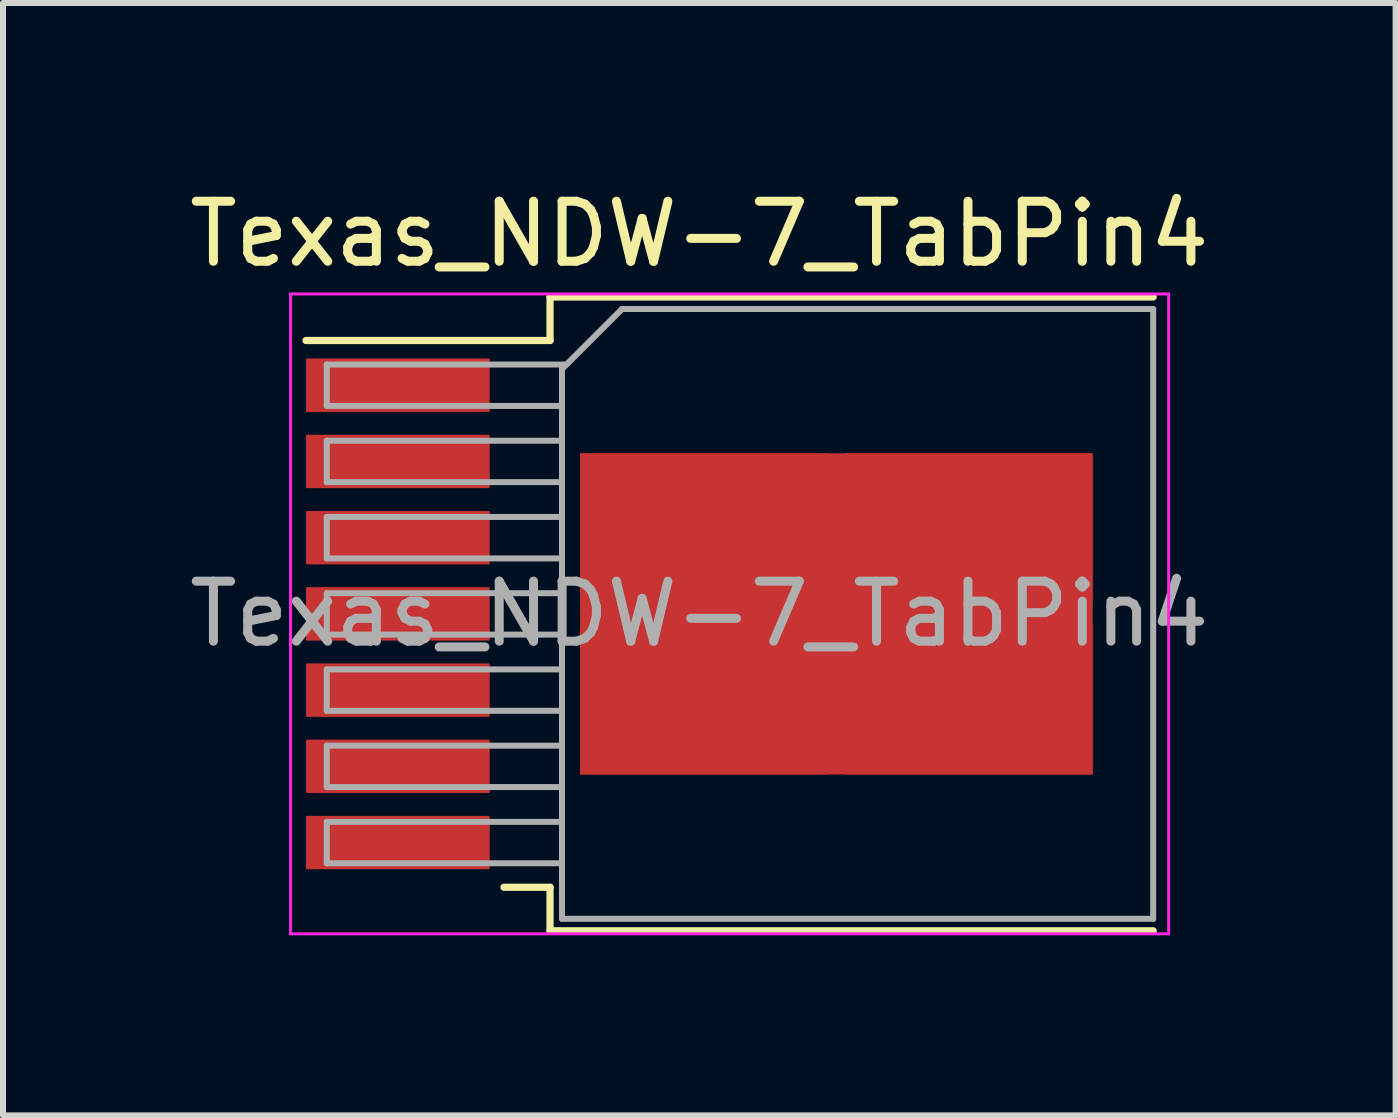
<source format=kicad_pcb>
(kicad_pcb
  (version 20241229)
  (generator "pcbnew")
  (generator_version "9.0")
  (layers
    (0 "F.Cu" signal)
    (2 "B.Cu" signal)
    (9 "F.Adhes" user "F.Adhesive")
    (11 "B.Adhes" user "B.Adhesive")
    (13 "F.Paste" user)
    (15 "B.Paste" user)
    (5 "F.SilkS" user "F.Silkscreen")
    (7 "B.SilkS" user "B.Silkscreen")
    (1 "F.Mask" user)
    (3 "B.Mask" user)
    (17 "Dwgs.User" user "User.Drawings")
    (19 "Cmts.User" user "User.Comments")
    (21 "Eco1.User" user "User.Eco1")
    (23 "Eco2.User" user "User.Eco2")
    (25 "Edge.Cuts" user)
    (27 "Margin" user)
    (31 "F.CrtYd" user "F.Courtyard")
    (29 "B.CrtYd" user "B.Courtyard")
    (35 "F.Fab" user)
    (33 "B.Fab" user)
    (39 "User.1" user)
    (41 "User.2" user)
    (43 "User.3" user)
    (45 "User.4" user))
  (footprint "Texas_NDW-7_TabPin4"
    (layer "F.Cu")
    (at 8.601 7.178)
    (property "Reference" "Texas_NDW-7_TabPin4" (at 0 -6.33 0) (layer "F.SilkS") (effects (font (size 1 1) (thickness 0.15))))
    (attr smd)
    (fp_line (start -2.487 -5.28) (end -2.487 -4.555) (stroke (width 0.12) (type solid)) (layer "F.SilkS"))
    (fp_line (start -2.487 -4.555) (end -6.553 -4.555) (stroke (width 0.12) (type solid)) (layer "F.SilkS"))
    (fp_line (start -2.487 4.555) (end -3.255 4.555) (stroke (width 0.12) (type solid)) (layer "F.SilkS"))
    (fp_line (start -2.487 5.28) (end -2.487 4.555) (stroke (width 0.12) (type solid)) (layer "F.SilkS"))
    (fp_line (start 7.562 -5.28) (end -2.487 -5.28) (stroke (width 0.12) (type solid)) (layer "F.SilkS"))
    (fp_line (start 7.562 5.28) (end -2.487 5.28) (stroke (width 0.12) (type solid)) (layer "F.SilkS"))
    (fp_line (start -6.81 -5.33) (end -6.81 5.33) (stroke (width 0.05) (type solid)) (layer "F.CrtYd"))
    (fp_line (start -6.81 5.33) (end 7.82 5.33) (stroke (width 0.05) (type solid)) (layer "F.CrtYd"))
    (fp_line (start 7.82 -5.33) (end -6.81 -5.33) (stroke (width 0.05) (type solid)) (layer "F.CrtYd"))
    (fp_line (start 7.82 5.33) (end 7.82 -5.33) (stroke (width 0.05) (type solid)) (layer "F.CrtYd"))
    (fp_line (start -6.207 -4.155) (end -6.207 -3.465) (stroke (width 0.1) (type solid)) (layer "F.Fab"))
    (fp_line (start -6.207 -3.465) (end -2.288 -3.465) (stroke (width 0.1) (type solid)) (layer "F.Fab"))
    (fp_line (start -6.207 -2.885) (end -6.207 -2.195) (stroke (width 0.1) (type solid)) (layer "F.Fab"))
    (fp_line (start -6.207 -2.195) (end -2.288 -2.195) (stroke (width 0.1) (type solid)) (layer "F.Fab"))
    (fp_line (start -6.207 -1.615) (end -6.207 -0.925) (stroke (width 0.1) (type solid)) (layer "F.Fab"))
    (fp_line (start -6.207 -0.925) (end -2.288 -0.925) (stroke (width 0.1) (type solid)) (layer "F.Fab"))
    (fp_line (start -6.207 -0.345) (end -6.207 0.345) (stroke (width 0.1) (type solid)) (layer "F.Fab"))
    (fp_line (start -6.207 0.345) (end -2.288 0.345) (stroke (width 0.1) (type solid)) (layer "F.Fab"))
    (fp_line (start -6.207 0.925) (end -6.207 1.615) (stroke (width 0.1) (type solid)) (layer "F.Fab"))
    (fp_line (start -6.207 1.615) (end -2.288 1.615) (stroke (width 0.1) (type solid)) (layer "F.Fab"))
    (fp_line (start -6.207 2.195) (end -6.207 2.885) (stroke (width 0.1) (type solid)) (layer "F.Fab"))
    (fp_line (start -6.207 2.885) (end -2.288 2.885) (stroke (width 0.1) (type solid)) (layer "F.Fab"))
    (fp_line (start -6.207 3.465) (end -6.207 4.155) (stroke (width 0.1) (type solid)) (layer "F.Fab"))
    (fp_line (start -6.207 4.155) (end -2.288 4.155) (stroke (width 0.1) (type solid)) (layer "F.Fab"))
    (fp_line (start -2.288 -4.08) (end -1.288 -5.08) (stroke (width 0.1) (type solid)) (layer "F.Fab"))
    (fp_line (start -2.288 -2.885) (end -6.207 -2.885) (stroke (width 0.1) (type solid)) (layer "F.Fab"))
    (fp_line (start -2.288 -1.615) (end -6.207 -1.615) (stroke (width 0.1) (type solid)) (layer "F.Fab"))
    (fp_line (start -2.288 -0.345) (end -6.207 -0.345) (stroke (width 0.1) (type solid)) (layer "F.Fab"))
    (fp_line (start -2.288 0.925) (end -6.207 0.925) (stroke (width 0.1) (type solid)) (layer "F.Fab"))
    (fp_line (start -2.288 2.195) (end -6.207 2.195) (stroke (width 0.1) (type solid)) (layer "F.Fab"))
    (fp_line (start -2.288 3.465) (end -6.207 3.465) (stroke (width 0.1) (type solid)) (layer "F.Fab"))
    (fp_line (start -2.288 5.08) (end -2.288 -4.08) (stroke (width 0.1) (type solid)) (layer "F.Fab"))
    (fp_line (start -2.212 -4.155) (end -6.207 -4.155) (stroke (width 0.1) (type solid)) (layer "F.Fab"))
    (fp_line (start -1.288 -5.08) (end 7.562 -5.08) (stroke (width 0.1) (type solid)) (layer "F.Fab"))
    (fp_line (start 7.562 -5.08) (end 7.562 5.08) (stroke (width 0.1) (type solid)) (layer "F.Fab"))
    (fp_line (start 7.562 5.08) (end -2.288 5.08) (stroke (width 0.1) (type solid)) (layer "F.Fab"))
    (fp_text user "${REFERENCE}" (at 0 0 0) (layer "F.Fab") (effects (font (size 1 1) (thickness 0.15))))
    (pad "1" smd rect (at -5.022 -3.81) (size 3.06 0.89) (layers "F.Cu" "F.Mask" "F.Paste"))
    (pad "2" smd rect (at -5.022 -2.54) (size 3.06 0.89) (layers "F.Cu" "F.Mask" "F.Paste"))
    (pad "3" smd rect (at -5.022 -1.27) (size 3.06 0.89) (layers "F.Cu" "F.Mask" "F.Paste"))
    (pad "4" smd rect (at -5.022 0) (size 3.06 0.89) (layers "F.Cu" "F.Mask" "F.Paste"))
    (pad "4" smd rect (at 0.072 -1.413) (size 4.12 2.525) (layers "F.Cu" "F.Paste"))
    (pad "4" smd rect (at 0.072 1.413) (size 4.12 2.525) (layers "F.Cu" "F.Paste"))
    (pad "4" smd rect (at 2.283 0) (size 8.54 5.35) (layers "F.Cu" "F.Mask"))
    (pad "4" smd rect (at 4.492 -1.413) (size 4.12 2.525) (layers "F.Cu" "F.Paste"))
    (pad "4" smd rect (at 4.492 1.413) (size 4.12 2.525) (layers "F.Cu" "F.Paste"))
    (pad "5" smd rect (at -5.022 1.27) (size 3.06 0.89) (layers "F.Cu" "F.Mask" "F.Paste"))
    (pad "6" smd rect (at -5.022 2.54) (size 3.06 0.89) (layers "F.Cu" "F.Mask" "F.Paste"))
    (pad "7" smd rect (at -5.022 3.81) (size 3.06 0.89) (layers "F.Cu" "F.Mask" "F.Paste")))
  (gr_rect
    (start -3 -3)
    (end 20.202 15.533)
    (stroke (width 0.1) (type default))
    (fill no)
    (layer "Edge.Cuts")))
</source>
